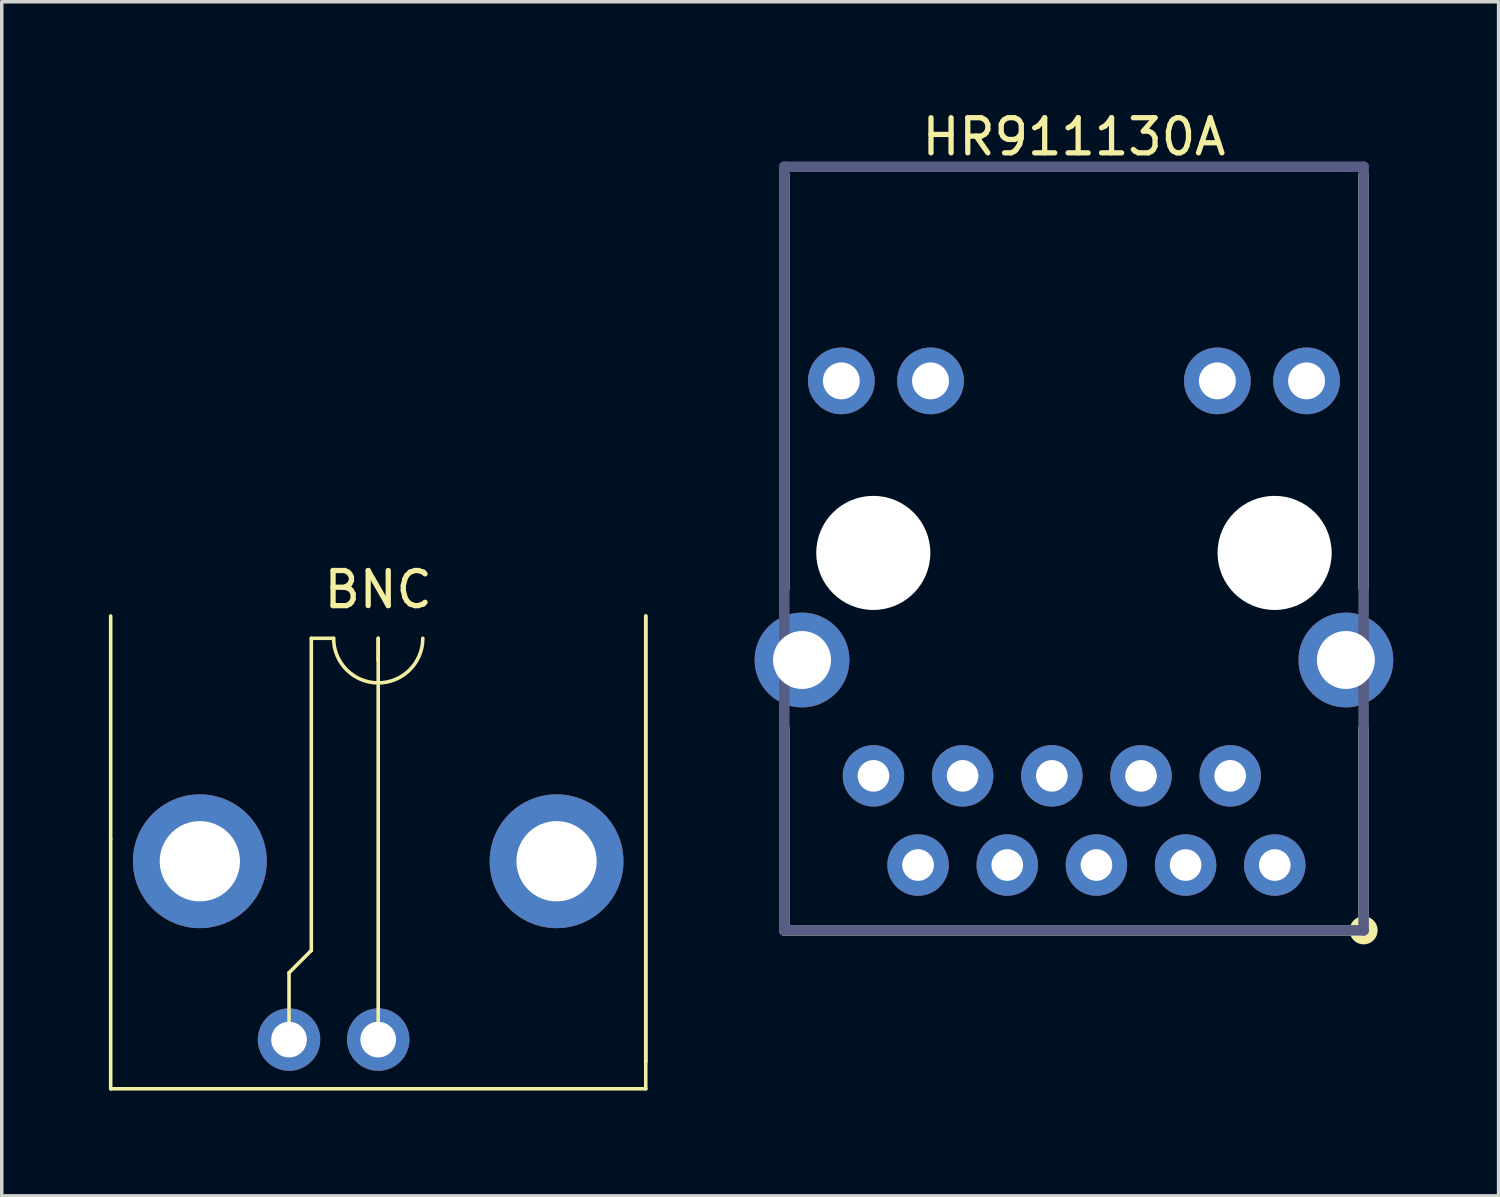
<source format=kicad_pcb>
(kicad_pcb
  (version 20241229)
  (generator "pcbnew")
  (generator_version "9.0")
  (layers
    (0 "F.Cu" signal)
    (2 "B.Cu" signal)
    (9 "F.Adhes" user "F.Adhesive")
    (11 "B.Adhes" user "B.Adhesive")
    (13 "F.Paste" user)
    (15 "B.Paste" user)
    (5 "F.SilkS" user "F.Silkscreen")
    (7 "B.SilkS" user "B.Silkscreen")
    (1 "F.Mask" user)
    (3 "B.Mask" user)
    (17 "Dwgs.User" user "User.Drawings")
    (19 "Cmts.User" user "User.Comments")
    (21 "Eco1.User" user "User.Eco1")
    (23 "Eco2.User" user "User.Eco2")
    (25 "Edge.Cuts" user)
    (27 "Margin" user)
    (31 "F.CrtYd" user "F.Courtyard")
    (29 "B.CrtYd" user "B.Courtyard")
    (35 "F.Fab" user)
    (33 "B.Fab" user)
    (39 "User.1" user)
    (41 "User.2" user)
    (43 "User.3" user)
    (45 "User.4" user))
  (footprint "BNC"
    (layer "F.Cu")
    (at 7.722 26.56)
    (property "Reference" "BNC" (at 0 -12.816 0) (layer "F.SilkS") (effects (font (size 1 1) (thickness 0.15))))
    (fp_line (start -7.62 -5.715) (end -7.62 -12.065) (stroke (width 0.102) (type solid)) (layer "F.SilkS"))
    (fp_line (start -7.62 1.4) (end -7.62 -5.715) (stroke (width 0.102) (type solid)) (layer "F.SilkS"))
    (fp_line (start -7.62 1.4) (end 7.62 1.4) (stroke (width 0.102) (type solid)) (layer "F.SilkS"))
    (fp_line (start -2.54 -1.905) (end -1.905 -2.54) (stroke (width 0.102) (type solid)) (layer "F.SilkS"))
    (fp_line (start -2.54 0) (end -2.54 -1.905) (stroke (width 0.102) (type solid)) (layer "F.SilkS"))
    (fp_line (start -1.905 -11.43) (end -1.27 -11.43) (stroke (width 0.102) (type solid)) (layer "F.SilkS"))
    (fp_line (start -1.905 -2.54) (end -1.905 -11.43) (stroke (width 0.102) (type solid)) (layer "F.SilkS"))
    (fp_line (start 0 -10.795) (end 0 -11.43) (stroke (width 0.102) (type solid)) (layer "F.SilkS"))
    (fp_line (start 0 -10.16) (end 0 -11.43) (stroke (width 0.102) (type solid)) (layer "F.SilkS"))
    (fp_line (start 0 0) (end 0 -10.16) (stroke (width 0.102) (type solid)) (layer "F.SilkS"))
    (fp_line (start 7.62 0.635) (end 7.62 -12.065) (stroke (width 0.102) (type solid)) (layer "F.SilkS"))
    (fp_line (start 7.62 1.4) (end 7.62 -12.065) (stroke (width 0.102) (type solid)) (layer "F.SilkS"))
    (fp_arc (start 1.27 -11.43) (mid 0 -10.16) (end -1.27 -11.43) (stroke (width 0.1016) (type solid)) (layer "F.SilkS"))
    (fp_line (start -7.62 -12.065) (end -2.54 -12.065) (stroke (width 0.102) (type solid)) (layer "Eco2.User"))
    (fp_line (start -7.62 -12.065) (end 7.62 -12.065) (stroke (width 0.203) (type solid)) (layer "Eco2.User"))
    (fp_line (start -6.985 -20.32) (end -5.715 -20.955) (stroke (width 0.203) (type solid)) (layer "Eco2.User"))
    (fp_line (start -6.985 -20.32) (end -5.715 -19.685) (stroke (width 0.203) (type solid)) (layer "Eco2.User"))
    (fp_line (start -6.985 -20.32) (end -3.81 -20.32) (stroke (width 0.203) (type solid)) (layer "Eco2.User"))
    (fp_line (start -6.985 -19.05) (end -5.715 -19.685) (stroke (width 0.203) (type solid)) (layer "Eco2.User"))
    (fp_line (start -6.985 -19.05) (end -5.715 -18.415) (stroke (width 0.203) (type solid)) (layer "Eco2.User"))
    (fp_line (start -6.985 -19.05) (end -3.81 -19.05) (stroke (width 0.203) (type solid)) (layer "Eco2.User"))
    (fp_line (start -6.985 -17.78) (end -5.715 -18.415) (stroke (width 0.203) (type solid)) (layer "Eco2.User"))
    (fp_line (start -6.985 -17.78) (end -5.715 -17.145) (stroke (width 0.203) (type solid)) (layer "Eco2.User"))
    (fp_line (start -6.985 -17.78) (end -3.81 -17.78) (stroke (width 0.203) (type solid)) (layer "Eco2.User"))
    (fp_line (start -6.985 -16.51) (end -5.715 -17.145) (stroke (width 0.203) (type solid)) (layer "Eco2.User"))
    (fp_line (start -6.985 -16.51) (end -5.715 -15.875) (stroke (width 0.203) (type solid)) (layer "Eco2.User"))
    (fp_line (start -6.985 -16.51) (end -3.81 -16.51) (stroke (width 0.203) (type solid)) (layer "Eco2.User"))
    (fp_line (start -6.985 -15.24) (end -5.715 -15.875) (stroke (width 0.203) (type solid)) (layer "Eco2.User"))
    (fp_line (start -6.985 -15.24) (end -5.715 -14.605) (stroke (width 0.203) (type solid)) (layer "Eco2.User"))
    (fp_line (start -6.985 -15.24) (end -3.81 -15.24) (stroke (width 0.203) (type solid)) (layer "Eco2.User"))
    (fp_line (start -6.985 -13.97) (end -5.715 -14.605) (stroke (width 0.203) (type solid)) (layer "Eco2.User"))
    (fp_line (start -6.985 -13.97) (end -5.715 -13.335) (stroke (width 0.203) (type solid)) (layer "Eco2.User"))
    (fp_line (start -6.985 -13.97) (end -3.81 -13.97) (stroke (width 0.203) (type solid)) (layer "Eco2.User"))
    (fp_line (start -6.985 -12.7) (end -5.715 -13.335) (stroke (width 0.203) (type solid)) (layer "Eco2.User"))
    (fp_line (start -6.985 -12.7) (end -5.715 -12.065) (stroke (width 0.203) (type solid)) (layer "Eco2.User"))
    (fp_line (start -6.985 -12.7) (end -3.81 -12.7) (stroke (width 0.203) (type solid)) (layer "Eco2.User"))
    (fp_line (start -5.715 -20.955) (end -2.54 -20.955) (stroke (width 0.203) (type solid)) (layer "Eco2.User"))
    (fp_line (start -5.715 -20.955) (end 5.715 -20.955) (stroke (width 0.203) (type solid)) (layer "Eco2.User"))
    (fp_line (start -5.715 -19.685) (end -2.54 -19.685) (stroke (width 0.203) (type solid)) (layer "Eco2.User"))
    (fp_line (start -5.715 -18.415) (end -2.54 -18.415) (stroke (width 0.203) (type solid)) (layer "Eco2.User"))
    (fp_line (start -5.715 -17.145) (end -2.54 -17.145) (stroke (width 0.203) (type solid)) (layer "Eco2.User"))
    (fp_line (start -5.715 -15.875) (end -2.54 -15.875) (stroke (width 0.203) (type solid)) (layer "Eco2.User"))
    (fp_line (start -5.715 -14.605) (end -2.54 -14.605) (stroke (width 0.203) (type solid)) (layer "Eco2.User"))
    (fp_line (start -5.715 -13.335) (end -2.54 -13.335) (stroke (width 0.203) (type solid)) (layer "Eco2.User"))
    (fp_line (start -5.08 -20.955) (end -5.08 -25.4) (stroke (width 0.203) (type solid)) (layer "Eco2.User"))
    (fp_line (start -5.08 -12.065) (end -5.08 -12.7) (stroke (width 0.102) (type solid)) (layer "Eco2.User"))
    (fp_line (start -3.81 -20.32) (end -2.54 -20.955) (stroke (width 0.203) (type solid)) (layer "Eco2.User"))
    (fp_line (start -3.81 -20.32) (end -2.54 -19.685) (stroke (width 0.203) (type solid)) (layer "Eco2.User"))
    (fp_line (start -3.81 -19.05) (end -2.54 -19.685) (stroke (width 0.203) (type solid)) (layer "Eco2.User"))
    (fp_line (start -3.81 -19.05) (end -2.54 -18.415) (stroke (width 0.203) (type solid)) (layer "Eco2.User"))
    (fp_line (start -3.81 -17.78) (end -2.54 -18.415) (stroke (width 0.203) (type solid)) (layer "Eco2.User"))
    (fp_line (start -3.81 -17.78) (end -2.54 -17.145) (stroke (width 0.203) (type solid)) (layer "Eco2.User"))
    (fp_line (start -3.81 -16.51) (end -2.54 -17.145) (stroke (width 0.203) (type solid)) (layer "Eco2.User"))
    (fp_line (start -3.81 -16.51) (end -2.54 -15.875) (stroke (width 0.203) (type solid)) (layer "Eco2.User"))
    (fp_line (start -3.81 -15.24) (end -2.54 -15.875) (stroke (width 0.203) (type solid)) (layer "Eco2.User"))
    (fp_line (start -3.81 -15.24) (end -2.54 -14.605) (stroke (width 0.203) (type solid)) (layer "Eco2.User"))
    (fp_line (start -3.81 -13.97) (end -2.54 -14.605) (stroke (width 0.203) (type solid)) (layer "Eco2.User"))
    (fp_line (start -3.81 -13.97) (end -2.54 -13.335) (stroke (width 0.203) (type solid)) (layer "Eco2.User"))
    (fp_line (start -3.81 -12.7) (end -2.54 -13.335) (stroke (width 0.203) (type solid)) (layer "Eco2.User"))
    (fp_line (start -3.81 -12.7) (end -2.54 -12.065) (stroke (width 0.203) (type solid)) (layer "Eco2.User"))
    (fp_line (start -3.175 -12.065) (end 7.62 -12.065) (stroke (width 0.102) (type solid)) (layer "Eco2.User"))
    (fp_line (start 2.54 -20.955) (end 3.81 -20.32) (stroke (width 0.203) (type solid)) (layer "Eco2.User"))
    (fp_line (start 2.54 -20.955) (end 5.715 -20.955) (stroke (width 0.203) (type solid)) (layer "Eco2.User"))
    (fp_line (start 2.54 -19.685) (end 3.81 -20.32) (stroke (width 0.203) (type solid)) (layer "Eco2.User"))
    (fp_line (start 2.54 -19.685) (end 3.81 -19.05) (stroke (width 0.203) (type solid)) (layer "Eco2.User"))
    (fp_line (start 2.54 -19.685) (end 5.715 -19.685) (stroke (width 0.203) (type solid)) (layer "Eco2.User"))
    (fp_line (start 2.54 -18.415) (end 3.81 -19.05) (stroke (width 0.203) (type solid)) (layer "Eco2.User"))
    (fp_line (start 2.54 -18.415) (end 3.81 -17.78) (stroke (width 0.203) (type solid)) (layer "Eco2.User"))
    (fp_line (start 2.54 -18.415) (end 5.715 -18.415) (stroke (width 0.203) (type solid)) (layer "Eco2.User"))
    (fp_line (start 2.54 -17.145) (end 3.81 -17.78) (stroke (width 0.203) (type solid)) (layer "Eco2.User"))
    (fp_line (start 2.54 -17.145) (end 3.81 -16.51) (stroke (width 0.203) (type solid)) (layer "Eco2.User"))
    (fp_line (start 2.54 -17.145) (end 5.715 -17.145) (stroke (width 0.203) (type solid)) (layer "Eco2.User"))
    (fp_line (start 2.54 -15.875) (end 3.81 -16.51) (stroke (width 0.203) (type solid)) (layer "Eco2.User"))
    (fp_line (start 2.54 -15.875) (end 3.81 -15.24) (stroke (width 0.203) (type solid)) (layer "Eco2.User"))
    (fp_line (start 2.54 -15.875) (end 5.715 -15.875) (stroke (width 0.203) (type solid)) (layer "Eco2.User"))
    (fp_line (start 2.54 -14.605) (end 3.81 -15.24) (stroke (width 0.203) (type solid)) (layer "Eco2.User"))
    (fp_line (start 2.54 -14.605) (end 3.81 -13.97) (stroke (width 0.203) (type solid)) (layer "Eco2.User"))
    (fp_line (start 2.54 -14.605) (end 5.715 -14.605) (stroke (width 0.203) (type solid)) (layer "Eco2.User"))
    (fp_line (start 2.54 -13.335) (end 3.81 -13.97) (stroke (width 0.203) (type solid)) (layer "Eco2.User"))
    (fp_line (start 2.54 -13.335) (end 3.81 -12.7) (stroke (width 0.203) (type solid)) (layer "Eco2.User"))
    (fp_line (start 2.54 -13.335) (end 5.715 -13.335) (stroke (width 0.203) (type solid)) (layer "Eco2.User"))
    (fp_line (start 2.54 -12.065) (end 3.81 -12.7) (stroke (width 0.203) (type solid)) (layer "Eco2.User"))
    (fp_line (start 3.81 -20.32) (end 6.985 -20.32) (stroke (width 0.203) (type solid)) (layer "Eco2.User"))
    (fp_line (start 3.81 -19.05) (end 6.985 -19.05) (stroke (width 0.203) (type solid)) (layer "Eco2.User"))
    (fp_line (start 3.81 -17.78) (end 6.985 -17.78) (stroke (width 0.203) (type solid)) (layer "Eco2.User"))
    (fp_line (start 3.81 -16.51) (end 6.985 -16.51) (stroke (width 0.203) (type solid)) (layer "Eco2.User"))
    (fp_line (start 3.81 -15.24) (end 6.985 -15.24) (stroke (width 0.203) (type solid)) (layer "Eco2.User"))
    (fp_line (start 3.81 -13.97) (end 6.985 -13.97) (stroke (width 0.203) (type solid)) (layer "Eco2.User"))
    (fp_line (start 3.81 -12.7) (end 6.985 -12.7) (stroke (width 0.203) (type solid)) (layer "Eco2.User"))
    (fp_line (start 5.08 -20.955) (end 5.08 -25.4) (stroke (width 0.203) (type solid)) (layer "Eco2.User"))
    (fp_line (start 5.08 -12.065) (end 5.08 -12.7) (stroke (width 0.102) (type solid)) (layer "Eco2.User"))
    (fp_line (start 5.715 -20.955) (end 6.985 -20.32) (stroke (width 0.203) (type solid)) (layer "Eco2.User"))
    (fp_line (start 5.715 -19.685) (end 6.985 -20.32) (stroke (width 0.203) (type solid)) (layer "Eco2.User"))
    (fp_line (start 5.715 -19.685) (end 6.985 -19.05) (stroke (width 0.203) (type solid)) (layer "Eco2.User"))
    (fp_line (start 5.715 -18.415) (end 6.985 -19.05) (stroke (width 0.203) (type solid)) (layer "Eco2.User"))
    (fp_line (start 5.715 -18.415) (end 6.985 -17.78) (stroke (width 0.203) (type solid)) (layer "Eco2.User"))
    (fp_line (start 5.715 -17.145) (end 6.985 -17.78) (stroke (width 0.203) (type solid)) (layer "Eco2.User"))
    (fp_line (start 5.715 -17.145) (end 6.985 -16.51) (stroke (width 0.203) (type solid)) (layer "Eco2.User"))
    (fp_line (start 5.715 -15.875) (end 6.985 -16.51) (stroke (width 0.203) (type solid)) (layer "Eco2.User"))
    (fp_line (start 5.715 -15.875) (end 6.985 -15.24) (stroke (width 0.203) (type solid)) (layer "Eco2.User"))
    (fp_line (start 5.715 -14.605) (end 6.985 -15.24) (stroke (width 0.203) (type solid)) (layer "Eco2.User"))
    (fp_line (start 5.715 -14.605) (end 6.985 -13.97) (stroke (width 0.203) (type solid)) (layer "Eco2.User"))
    (fp_line (start 5.715 -13.335) (end 6.985 -13.97) (stroke (width 0.203) (type solid)) (layer "Eco2.User"))
    (fp_line (start 5.715 -13.335) (end 6.985 -12.7) (stroke (width 0.203) (type solid)) (layer "Eco2.User"))
    (fp_line (start 5.715 -12.065) (end 6.985 -12.7) (stroke (width 0.203) (type solid)) (layer "Eco2.User"))
    (fp_arc (start -5.084396 -25.404396) (mid -2.54 -26.458319) (end 0.004396 -25.404396) (stroke (width 0.2032) (type solid)) (layer "Eco2.User"))
    (fp_arc (start -0.004396 -25.404396) (mid 2.54 -26.458319) (end 5.084396 -25.404396) (stroke (width 0.2032) (type solid)) (layer "Eco2.User"))
    (fp_arc (start 0.004396 -25.395604) (mid -2.54 -24.341681) (end -5.084396 -25.395604) (stroke (width 0.2032) (type solid)) (layer "Eco2.User"))
    (pad "1" thru_hole circle (at 0 0) (size 1.778 1.778) (drill 1.016) (layers "*.Cu" "*.Mask"))
    (pad "2" thru_hole circle (at -2.54 0) (size 1.778 1.778) (drill 1.016) (layers "*.Cu" "*.Mask"))
    (pad "A" thru_hole circle (at 5.08 -5.08) (size 3.81 3.81) (drill 2.286) (layers "*.Cu" "*.Mask"))
    (pad "B" thru_hole circle (at -5.08 -5.08) (size 3.81 3.81) (drill 2.286) (layers "*.Cu" "*.Mask")))
  (footprint "HR911130A"
    (layer "F.Cu")
    (at 27.538 12.698)
    (property "Reference" "HR911130A" (at 0 -11.85 0) (layer "F.SilkS") (effects (font (size 1 1) (thickness 0.15))))
    (fp_line (start -8.25 1) (end -8.25 -10.75) (stroke (width 0.3) (type solid)) (layer "F.SilkS"))
    (fp_line (start -8.25 10.75) (end -8.25 5) (stroke (width 0.3) (type solid)) (layer "F.SilkS"))
    (fp_line (start -8.25 10.75) (end 8.25 10.75) (stroke (width 0.3) (type solid)) (layer "F.SilkS"))
    (fp_line (start 8.25 1) (end 8.25 -10.75) (stroke (width 0.3) (type solid)) (layer "F.SilkS"))
    (fp_line (start 8.25 10.75) (end 8.25 5) (stroke (width 0.3) (type solid)) (layer "F.SilkS"))
    (fp_circle (center 8.25 10.75) (end 8.25 10.55) (stroke (width 0.4) (type solid)) (fill no) (layer "F.SilkS"))
    (fp_line (start -8.25 -11) (end 8.25 -11) (stroke (width 0.3) (type solid)) (layer "B.Fab"))
    (fp_line (start -8.25 10.75) (end -8.25 -11) (stroke (width 0.3) (type solid)) (layer "B.Fab"))
    (fp_line (start -8.25 10.75) (end 8.25 10.75) (stroke (width 0.3) (type solid)) (layer "B.Fab"))
    (fp_line (start 8.25 10.75) (end 8.25 -11) (stroke (width 0.3) (type solid)) (layer "B.Fab"))
    (fp_text_box "" (start -5.665 0.417) (end -5.665 0.417) (margins 0.95 0.95 0.95 0.95) (layer "F.Cu") (effects (font (size 1.2 1) (thickness 0.2)) (justify left bottom)) (border yes) (stroke (width 0.1) (type default)))
    (fp_text_box "" (start 7.333 9.5) (end 7.333 9.5) (margins 0.95 0.95 0.95 0.95) (layer "F.Cu") (effects (font (size 1.2 1) (thickness 0.2)) (justify left bottom)) (border yes) (stroke (width 0.1) (type default)))
    (pad "" np_thru_hole circle (at -5.715 0) (size 3.25 3.25) (drill 3.25) (layers "*.Cu" "*.Mask"))
    (pad "" np_thru_hole circle (at 5.715 0) (size 3.25 3.25) (drill 3.25) (layers "*.Cu" "*.Mask"))
    (pad "1" thru_hole circle (at 5.72 8.89) (size 1.75 1.75) (drill 0.9) (layers "*.Cu" "*.Mask"))
    (pad "2" thru_hole circle (at 4.45 6.35) (size 1.75 1.75) (drill 0.9) (layers "*.Cu" "*.Mask"))
    (pad "3" thru_hole circle (at 3.18 8.89) (size 1.75 1.75) (drill 0.9) (layers "*.Cu" "*.Mask"))
    (pad "4" thru_hole circle (at 1.91 6.35) (size 1.75 1.75) (drill 0.9) (layers "*.Cu" "*.Mask"))
    (pad "5" thru_hole circle (at 0.64 8.89) (size 1.75 1.75) (drill 0.9) (layers "*.Cu" "*.Mask"))
    (pad "6" thru_hole circle (at -0.63 6.35) (size 1.75 1.75) (drill 0.9) (layers "*.Cu" "*.Mask"))
    (pad "7" thru_hole circle (at -1.9 8.89) (size 1.75 1.75) (drill 0.9) (layers "*.Cu" "*.Mask"))
    (pad "8" thru_hole circle (at -3.17 6.35) (size 1.75 1.75) (drill 0.9) (layers "*.Cu" "*.Mask"))
    (pad "9" thru_hole circle (at -4.44 8.89) (size 1.75 1.75) (drill 0.9) (layers "*.Cu" "*.Mask"))
    (pad "10" thru_hole circle (at -5.71 6.35) (size 1.75 1.75) (drill 0.9) (layers "*.Cu" "*.Mask"))
    (pad "11" thru_hole circle (at 6.625 -4.9) (size 1.9 1.9) (drill 1.05) (layers "*.Cu" "*.Mask"))
    (pad "12" thru_hole circle (at 4.085 -4.9) (size 1.9 1.9) (drill 1.05) (layers "*.Cu" "*.Mask"))
    (pad "13" thru_hole circle (at -4.085 -4.9) (size 1.9 1.9) (drill 1.05) (layers "*.Cu" "*.Mask"))
    (pad "14" thru_hole circle (at -6.625 -4.9) (size 1.9 1.9) (drill 1.05) (layers "*.Cu" "*.Mask"))
    (pad "SH" thru_hole circle (at -7.745 3.05) (size 2.7 2.7) (drill 1.65) (layers "*.Cu" "*.Mask"))
    (pad "SH" thru_hole circle (at 7.745 3.05) (size 2.7 2.7) (drill 1.65) (layers "*.Cu" "*.Mask")))
  (gr_rect
    (start -3 -3)
    (end 39.633 31.011)
    (stroke (width 0.1) (type default))
    (fill no)
    (layer "Edge.Cuts")))
</source>
